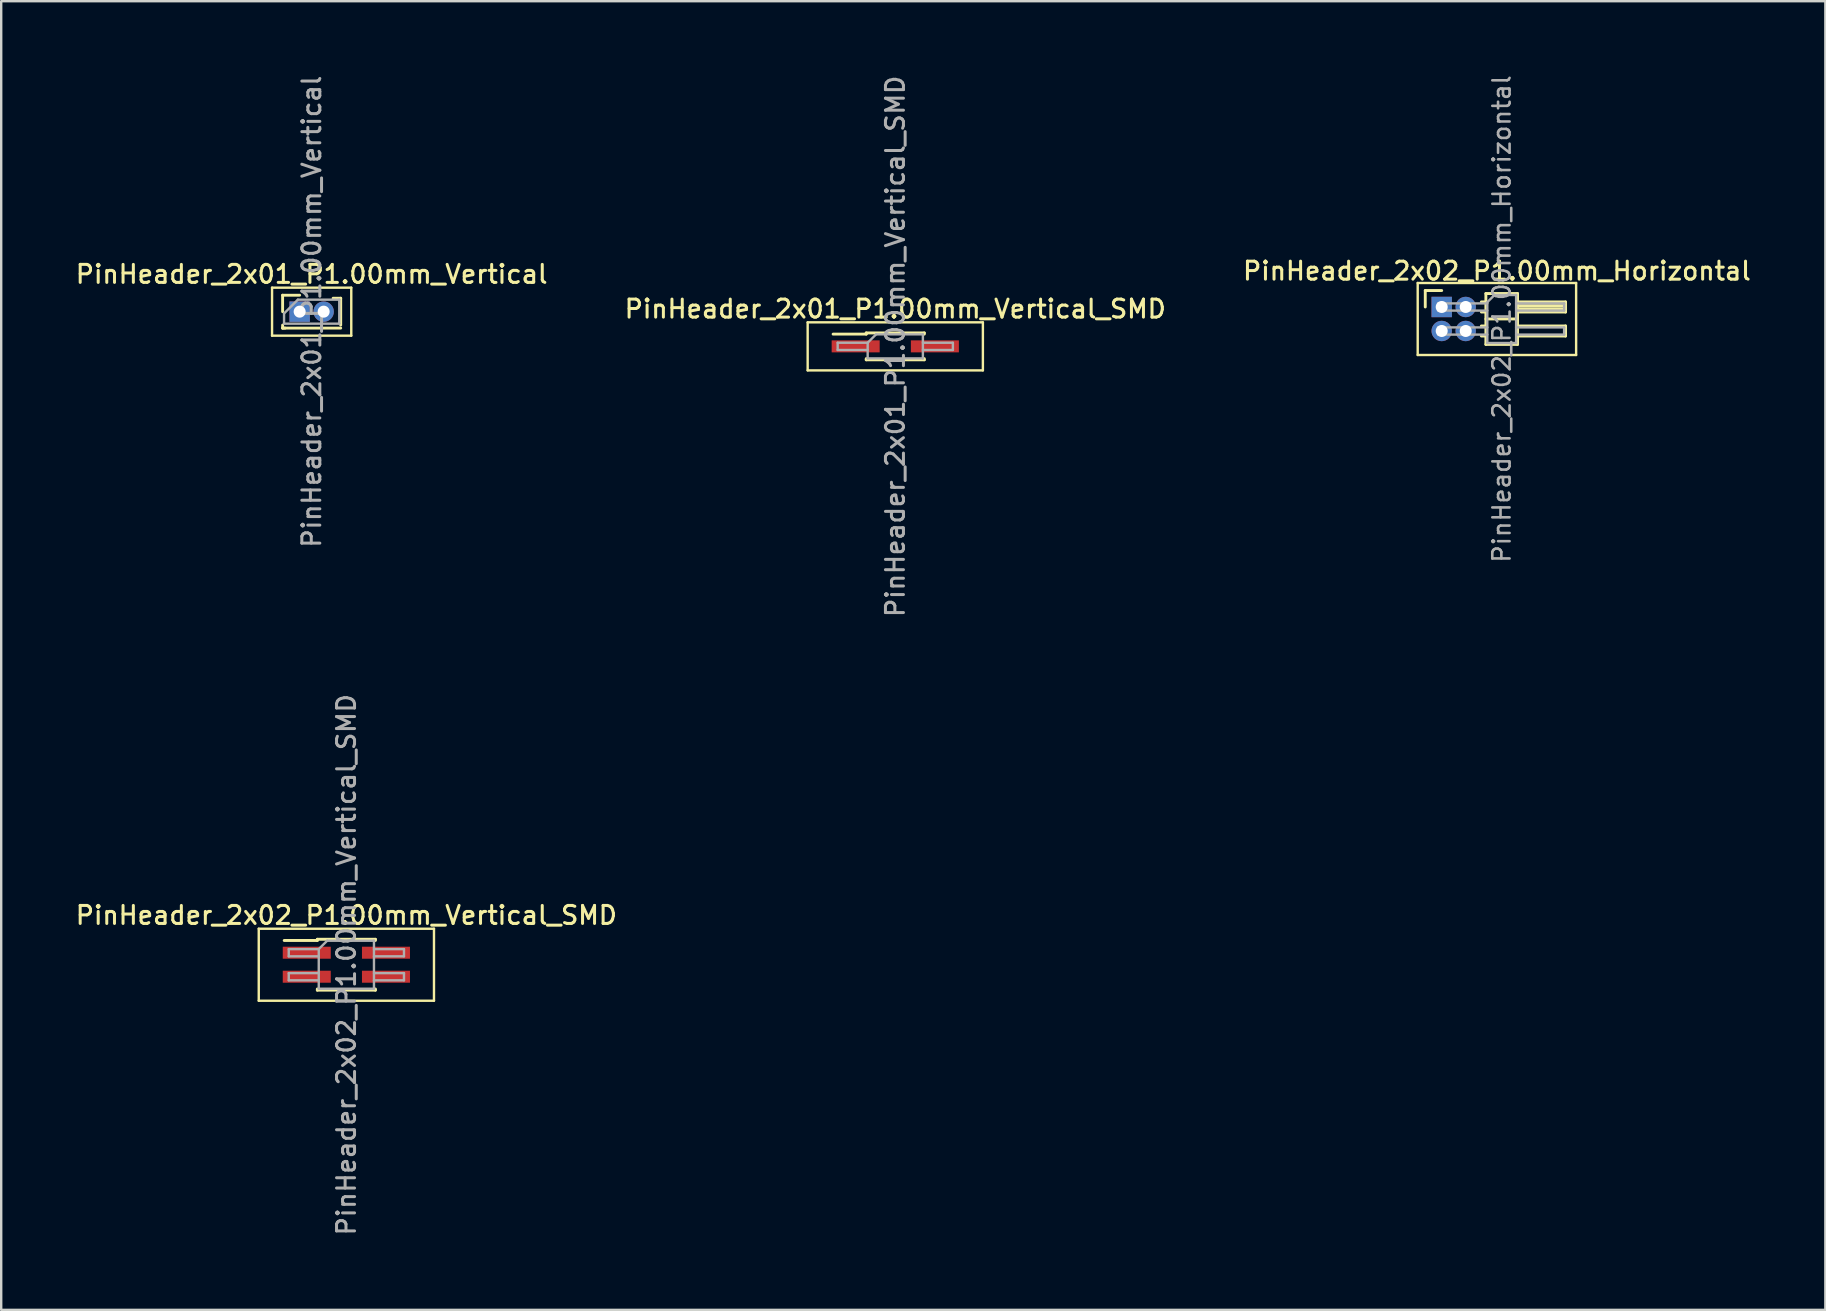
<source format=kicad_pcb>
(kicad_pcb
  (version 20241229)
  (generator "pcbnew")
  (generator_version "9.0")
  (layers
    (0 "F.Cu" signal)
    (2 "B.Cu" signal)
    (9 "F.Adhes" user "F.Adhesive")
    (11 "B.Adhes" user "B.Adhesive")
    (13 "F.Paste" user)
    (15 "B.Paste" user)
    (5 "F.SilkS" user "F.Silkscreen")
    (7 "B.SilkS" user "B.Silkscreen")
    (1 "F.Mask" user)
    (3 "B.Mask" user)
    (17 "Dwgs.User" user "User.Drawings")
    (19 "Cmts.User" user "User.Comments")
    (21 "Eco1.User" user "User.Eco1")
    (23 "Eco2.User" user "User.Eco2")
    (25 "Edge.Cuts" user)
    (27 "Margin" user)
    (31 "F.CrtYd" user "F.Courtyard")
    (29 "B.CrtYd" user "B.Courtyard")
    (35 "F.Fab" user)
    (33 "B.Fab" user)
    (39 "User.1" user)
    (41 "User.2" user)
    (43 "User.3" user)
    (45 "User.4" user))
  (footprint "PinHeader_2x02_P1.00mm_Vertical_SMD"
    (layer "F.Cu")
    (at 11.38 37.141)
    (property "Reference" "PinHeader_2x02_P1.00mm_Vertical_SMD" (at 0 -2.06 0) (layer "F.SilkS") (effects (font (size 0.75 0.75) (thickness 0.125))))
    (attr smd)
    (fp_line (start -3.65 -1.5) (end -3.65 1.5) (stroke (width 0.1) (type solid)) (layer "F.SilkS"))
    (fp_line (start -3.65 1.5) (end 3.65 1.5) (stroke (width 0.1) (type solid)) (layer "F.SilkS"))
    (fp_line (start -2.59 -1.01) (end -1.21 -1.01) (stroke (width 0.12) (type solid)) (layer "F.SilkS"))
    (fp_line (start -1.21 -1.06) (end -1.21 -1.01) (stroke (width 0.12) (type solid)) (layer "F.SilkS"))
    (fp_line (start -1.21 -1.06) (end 1.21 -1.06) (stroke (width 0.12) (type solid)) (layer "F.SilkS"))
    (fp_line (start -1.21 1.01) (end -1.21 1.06) (stroke (width 0.12) (type solid)) (layer "F.SilkS"))
    (fp_line (start -1.21 1.06) (end 1.21 1.06) (stroke (width 0.12) (type solid)) (layer "F.SilkS"))
    (fp_line (start 1.21 -1.06) (end 1.21 -1.01) (stroke (width 0.12) (type solid)) (layer "F.SilkS"))
    (fp_line (start 1.21 1.01) (end 1.21 1.06) (stroke (width 0.12) (type solid)) (layer "F.SilkS"))
    (fp_line (start 3.65 -1.5) (end -3.65 -1.5) (stroke (width 0.1) (type solid)) (layer "F.SilkS"))
    (fp_line (start 3.65 1.5) (end 3.65 -1.5) (stroke (width 0.1) (type solid)) (layer "F.SilkS"))
    (fp_line (start -2.4 -0.65) (end -2.4 -0.35) (stroke (width 0.1) (type solid)) (layer "F.Fab"))
    (fp_line (start -2.4 -0.35) (end -1.15 -0.35) (stroke (width 0.1) (type solid)) (layer "F.Fab"))
    (fp_line (start -2.4 0.35) (end -2.4 0.65) (stroke (width 0.1) (type solid)) (layer "F.Fab"))
    (fp_line (start -2.4 0.65) (end -1.15 0.65) (stroke (width 0.1) (type solid)) (layer "F.Fab"))
    (fp_line (start -1.15 -0.65) (end -2.4 -0.65) (stroke (width 0.1) (type solid)) (layer "F.Fab"))
    (fp_line (start -1.15 -0.65) (end -0.8 -1) (stroke (width 0.1) (type solid)) (layer "F.Fab"))
    (fp_line (start -1.15 0.35) (end -2.4 0.35) (stroke (width 0.1) (type solid)) (layer "F.Fab"))
    (fp_line (start -1.15 1) (end -1.15 -0.65) (stroke (width 0.1) (type solid)) (layer "F.Fab"))
    (fp_line (start -0.8 -1) (end 1.15 -1) (stroke (width 0.1) (type solid)) (layer "F.Fab"))
    (fp_line (start 1.15 -1) (end 1.15 1) (stroke (width 0.1) (type solid)) (layer "F.Fab"))
    (fp_line (start 1.15 -0.65) (end 2.4 -0.65) (stroke (width 0.1) (type solid)) (layer "F.Fab"))
    (fp_line (start 1.15 0.35) (end 2.4 0.35) (stroke (width 0.1) (type solid)) (layer "F.Fab"))
    (fp_line (start 1.15 1) (end -1.15 1) (stroke (width 0.1) (type solid)) (layer "F.Fab"))
    (fp_line (start 2.4 -0.65) (end 2.4 -0.35) (stroke (width 0.1) (type solid)) (layer "F.Fab"))
    (fp_line (start 2.4 -0.35) (end 1.15 -0.35) (stroke (width 0.1) (type solid)) (layer "F.Fab"))
    (fp_line (start 2.4 0.35) (end 2.4 0.65) (stroke (width 0.1) (type solid)) (layer "F.Fab"))
    (fp_line (start 2.4 0.65) (end 1.15 0.65) (stroke (width 0.1) (type solid)) (layer "F.Fab"))
    (fp_text user "${REFERENCE}" (at 0 0 90) (layer "F.Fab") (effects (font (size 0.75 0.75) (thickness 0.125))))
    (pad "1" smd rect (at -1.65 -0.5) (size 2 0.5) (layers "F.Cu" "F.Mask" "F.Paste"))
    (pad "2" smd rect (at 1.65 -0.5) (size 2 0.5) (layers "F.Cu" "F.Mask" "F.Paste"))
    (pad "3" smd rect (at -1.65 0.5) (size 2 0.5) (layers "F.Cu" "F.Mask" "F.Paste"))
    (pad "4" smd rect (at 1.65 0.5) (size 2 0.5) (layers "F.Cu" "F.Mask" "F.Paste")))
  (footprint "PinHeader_2x02_P1.00mm_Horizontal"
    (layer "F.Cu")
    (at 57.013 9.739)
    (property "Reference" "PinHeader_2x02_P1.00mm_Horizontal" (at 2.3 -1.5 0) (layer "F.SilkS") (effects (font (size 0.75 0.75) (thickness 0.125))))
    (attr through_hole)
    (fp_line (start -1 -1) (end -1 2) (stroke (width 0.1) (type solid)) (layer "F.SilkS"))
    (fp_line (start -1 2) (end 5.6 2) (stroke (width 0.1) (type solid)) (layer "F.SilkS"))
    (fp_line (start -0.685 -0.685) (end 0 -0.685) (stroke (width 0.12) (type solid)) (layer "F.SilkS"))
    (fp_line (start -0.685 0) (end -0.685 -0.685) (stroke (width 0.12) (type solid)) (layer "F.SilkS"))
    (fp_line (start 1.652 -0.21) (end 1.84 -0.21) (stroke (width 0.12) (type solid)) (layer "F.SilkS"))
    (fp_line (start 1.652 0.21) (end 1.84 0.21) (stroke (width 0.12) (type solid)) (layer "F.SilkS"))
    (fp_line (start 1.652 0.79) (end 1.84 0.79) (stroke (width 0.12) (type solid)) (layer "F.SilkS"))
    (fp_line (start 1.652 1.21) (end 1.84 1.21) (stroke (width 0.12) (type solid)) (layer "F.SilkS"))
    (fp_line (start 1.84 -0.56) (end 1.84 1.56) (stroke (width 0.12) (type solid)) (layer "F.SilkS"))
    (fp_line (start 1.84 0.5) (end 3.16 0.5) (stroke (width 0.12) (type solid)) (layer "F.SilkS"))
    (fp_line (start 1.84 1.56) (end 3.16 1.56) (stroke (width 0.12) (type solid)) (layer "F.SilkS"))
    (fp_line (start 3.16 -0.56) (end 1.84 -0.56) (stroke (width 0.12) (type solid)) (layer "F.SilkS"))
    (fp_line (start 3.16 -0.21) (end 5.16 -0.21) (stroke (width 0.12) (type solid)) (layer "F.SilkS"))
    (fp_line (start 3.16 -0.15) (end 5.16 -0.15) (stroke (width 0.12) (type solid)) (layer "F.SilkS"))
    (fp_line (start 3.16 -0.03) (end 5.16 -0.03) (stroke (width 0.12) (type solid)) (layer "F.SilkS"))
    (fp_line (start 3.16 0.09) (end 5.16 0.09) (stroke (width 0.12) (type solid)) (layer "F.SilkS"))
    (fp_line (start 3.16 0.79) (end 5.16 0.79) (stroke (width 0.12) (type solid)) (layer "F.SilkS"))
    (fp_line (start 3.16 1.56) (end 3.16 -0.56) (stroke (width 0.12) (type solid)) (layer "F.SilkS"))
    (fp_line (start 5.16 -0.21) (end 5.16 0.21) (stroke (width 0.12) (type solid)) (layer "F.SilkS"))
    (fp_line (start 5.16 0.21) (end 3.16 0.21) (stroke (width 0.12) (type solid)) (layer "F.SilkS"))
    (fp_line (start 5.16 0.79) (end 5.16 1.21) (stroke (width 0.12) (type solid)) (layer "F.SilkS"))
    (fp_line (start 5.16 1.21) (end 3.16 1.21) (stroke (width 0.12) (type solid)) (layer "F.SilkS"))
    (fp_line (start 5.6 -1) (end -1 -1) (stroke (width 0.1) (type solid)) (layer "F.SilkS"))
    (fp_line (start 5.6 2) (end 5.6 -1) (stroke (width 0.1) (type solid)) (layer "F.SilkS"))
    (fp_line (start -0.15 -0.15) (end -0.15 0.15) (stroke (width 0.1) (type solid)) (layer "F.Fab"))
    (fp_line (start -0.15 -0.15) (end 1.9 -0.15) (stroke (width 0.1) (type solid)) (layer "F.Fab"))
    (fp_line (start -0.15 0.15) (end 1.9 0.15) (stroke (width 0.1) (type solid)) (layer "F.Fab"))
    (fp_line (start -0.15 0.85) (end -0.15 1.15) (stroke (width 0.1) (type solid)) (layer "F.Fab"))
    (fp_line (start -0.15 0.85) (end 1.9 0.85) (stroke (width 0.1) (type solid)) (layer "F.Fab"))
    (fp_line (start -0.15 1.15) (end 1.9 1.15) (stroke (width 0.1) (type solid)) (layer "F.Fab"))
    (fp_line (start 1.9 -0.2) (end 2.2 -0.5) (stroke (width 0.1) (type solid)) (layer "F.Fab"))
    (fp_line (start 1.9 1.5) (end 1.9 -0.2) (stroke (width 0.1) (type solid)) (layer "F.Fab"))
    (fp_line (start 2.2 -0.5) (end 3.1 -0.5) (stroke (width 0.1) (type solid)) (layer "F.Fab"))
    (fp_line (start 3.1 -0.5) (end 3.1 1.5) (stroke (width 0.1) (type solid)) (layer "F.Fab"))
    (fp_line (start 3.1 -0.15) (end 5.1 -0.15) (stroke (width 0.1) (type solid)) (layer "F.Fab"))
    (fp_line (start 3.1 0.15) (end 5.1 0.15) (stroke (width 0.1) (type solid)) (layer "F.Fab"))
    (fp_line (start 3.1 0.85) (end 5.1 0.85) (stroke (width 0.1) (type solid)) (layer "F.Fab"))
    (fp_line (start 3.1 1.15) (end 5.1 1.15) (stroke (width 0.1) (type solid)) (layer "F.Fab"))
    (fp_line (start 3.1 1.5) (end 1.9 1.5) (stroke (width 0.1) (type solid)) (layer "F.Fab"))
    (fp_line (start 5.1 -0.15) (end 5.1 0.15) (stroke (width 0.1) (type solid)) (layer "F.Fab"))
    (fp_line (start 5.1 0.85) (end 5.1 1.15) (stroke (width 0.1) (type solid)) (layer "F.Fab"))
    (fp_text user "${REFERENCE}" (at 2.5 0.5 90) (layer "F.Fab") (effects (font (size 0.72 0.72) (thickness 0.108))))
    (pad "1" thru_hole rect (at 0 0) (size 0.85 0.85) (drill 0.5) (layers "*.Cu" "*.Mask"))
    (pad "2" thru_hole oval (at 1 0) (size 0.85 0.85) (drill 0.5) (layers "*.Cu" "*.Mask"))
    (pad "3" thru_hole oval (at 0 1) (size 0.85 0.85) (drill 0.5) (layers "*.Cu" "*.Mask"))
    (pad "4" thru_hole oval (at 1 1) (size 0.85 0.85) (drill 0.5) (layers "*.Cu" "*.Mask")))
  (footprint "PinHeader_2x01_P1.00mm_Vertical_SMD"
    (layer "F.Cu")
    (at 34.248 11.38)
    (property "Reference" "PinHeader_2x01_P1.00mm_Vertical_SMD" (at 0 -1.56 0) (layer "F.SilkS") (effects (font (size 0.75 0.75) (thickness 0.125))))
    (attr smd)
    (fp_line (start -3.65 -1) (end -3.65 1) (stroke (width 0.1) (type solid)) (layer "F.SilkS"))
    (fp_line (start -3.65 1) (end 3.65 1) (stroke (width 0.1) (type solid)) (layer "F.SilkS"))
    (fp_line (start -2.59 -0.51) (end -1.21 -0.51) (stroke (width 0.12) (type solid)) (layer "F.SilkS"))
    (fp_line (start -1.21 -0.56) (end -1.21 -0.51) (stroke (width 0.12) (type solid)) (layer "F.SilkS"))
    (fp_line (start -1.21 -0.56) (end 1.21 -0.56) (stroke (width 0.12) (type solid)) (layer "F.SilkS"))
    (fp_line (start -1.21 0.51) (end -1.21 0.56) (stroke (width 0.12) (type solid)) (layer "F.SilkS"))
    (fp_line (start -1.21 0.56) (end 1.21 0.56) (stroke (width 0.12) (type solid)) (layer "F.SilkS"))
    (fp_line (start 1.21 -0.56) (end 1.21 -0.51) (stroke (width 0.12) (type solid)) (layer "F.SilkS"))
    (fp_line (start 1.21 0.51) (end 1.21 0.56) (stroke (width 0.12) (type solid)) (layer "F.SilkS"))
    (fp_line (start 3.65 -1) (end -3.65 -1) (stroke (width 0.1) (type solid)) (layer "F.SilkS"))
    (fp_line (start 3.65 1) (end 3.65 -1) (stroke (width 0.1) (type solid)) (layer "F.SilkS"))
    (fp_line (start -2.4 -0.15) (end -2.4 0.15) (stroke (width 0.1) (type solid)) (layer "F.Fab"))
    (fp_line (start -2.4 0.15) (end -1.15 0.15) (stroke (width 0.1) (type solid)) (layer "F.Fab"))
    (fp_line (start -1.15 -0.15) (end -2.4 -0.15) (stroke (width 0.1) (type solid)) (layer "F.Fab"))
    (fp_line (start -1.15 -0.15) (end -0.8 -0.5) (stroke (width 0.1) (type solid)) (layer "F.Fab"))
    (fp_line (start -1.15 0.5) (end -1.15 -0.15) (stroke (width 0.1) (type solid)) (layer "F.Fab"))
    (fp_line (start -0.8 -0.5) (end 1.15 -0.5) (stroke (width 0.1) (type solid)) (layer "F.Fab"))
    (fp_line (start 1.15 -0.5) (end 1.15 0.5) (stroke (width 0.1) (type solid)) (layer "F.Fab"))
    (fp_line (start 1.15 -0.15) (end 2.4 -0.15) (stroke (width 0.1) (type solid)) (layer "F.Fab"))
    (fp_line (start 1.15 0.5) (end -1.15 0.5) (stroke (width 0.1) (type solid)) (layer "F.Fab"))
    (fp_line (start 2.4 -0.15) (end 2.4 0.15) (stroke (width 0.1) (type solid)) (layer "F.Fab"))
    (fp_line (start 2.4 0.15) (end 1.15 0.15) (stroke (width 0.1) (type solid)) (layer "F.Fab"))
    (fp_text user "${REFERENCE}" (at 0 0 90) (layer "F.Fab") (effects (font (size 0.75 0.75) (thickness 0.125))))
    (pad "1" smd rect (at -1.65 0) (size 2 0.5) (layers "F.Cu" "F.Mask" "F.Paste"))
    (pad "2" smd rect (at 1.65 0) (size 2 0.5) (layers "F.Cu" "F.Mask" "F.Paste")))
  (footprint "PinHeader_2x01_P1.00mm_Vertical"
    (layer "F.Cu")
    (at 9.434 9.934)
    (property "Reference" "PinHeader_2x01_P1.00mm_Vertical" (at 0.5 -1.56 0) (layer "F.SilkS") (effects (font (size 0.75 0.75) (thickness 0.125))))
    (attr through_hole)
    (fp_line (start -1.15 -1) (end -1.15 1) (stroke (width 0.1) (type solid)) (layer "F.SilkS"))
    (fp_line (start -1.15 1) (end 2.15 1) (stroke (width 0.1) (type solid)) (layer "F.SilkS"))
    (fp_line (start -0.71 -0.685) (end 0 -0.685) (stroke (width 0.12) (type solid)) (layer "F.SilkS"))
    (fp_line (start -0.71 0) (end -0.71 -0.685) (stroke (width 0.12) (type solid)) (layer "F.SilkS"))
    (fp_line (start -0.71 0.685) (end -0.71 0.56) (stroke (width 0.12) (type solid)) (layer "F.SilkS"))
    (fp_line (start -0.71 0.685) (end -0.608 0.685) (stroke (width 0.12) (type solid)) (layer "F.SilkS"))
    (fp_line (start -0.71 0.685) (end 1.71 0.685) (stroke (width 0.12) (type solid)) (layer "F.SilkS"))
    (fp_line (start 1.394 -0.56) (end 1.71 -0.56) (stroke (width 0.12) (type solid)) (layer "F.SilkS"))
    (fp_line (start 1.71 -0.56) (end 1.71 0.56) (stroke (width 0.12) (type solid)) (layer "F.SilkS"))
    (fp_line (start 2.15 -1) (end -1.15 -1) (stroke (width 0.1) (type solid)) (layer "F.SilkS"))
    (fp_line (start 2.15 1) (end 2.15 -1) (stroke (width 0.1) (type solid)) (layer "F.SilkS"))
    (fp_line (start -0.65 0.075) (end -0.075 -0.5) (stroke (width 0.1) (type solid)) (layer "F.Fab"))
    (fp_line (start -0.65 0.5) (end -0.65 0.075) (stroke (width 0.1) (type solid)) (layer "F.Fab"))
    (fp_line (start -0.075 -0.5) (end 1.65 -0.5) (stroke (width 0.1) (type solid)) (layer "F.Fab"))
    (fp_line (start 1.65 -0.5) (end 1.65 0.5) (stroke (width 0.1) (type solid)) (layer "F.Fab"))
    (fp_line (start 1.65 0.5) (end -0.65 0.5) (stroke (width 0.1) (type solid)) (layer "F.Fab"))
    (fp_text user "${REFERENCE}" (at 0.5 0 90) (layer "F.Fab") (effects (font (size 0.75 0.75) (thickness 0.125))))
    (pad "1" thru_hole rect (at 0 0) (size 0.85 0.85) (drill 0.5) (layers "*.Cu" "*.Mask"))
    (pad "2" thru_hole oval (at 1 0) (size 0.85 0.85) (drill 0.5) (layers "*.Cu" "*.Mask")))
  (gr_rect
    (start -3 -3)
    (end 72.996 51.521)
    (stroke (width 0.1) (type default))
    (fill no)
    (layer "Edge.Cuts")))
</source>
